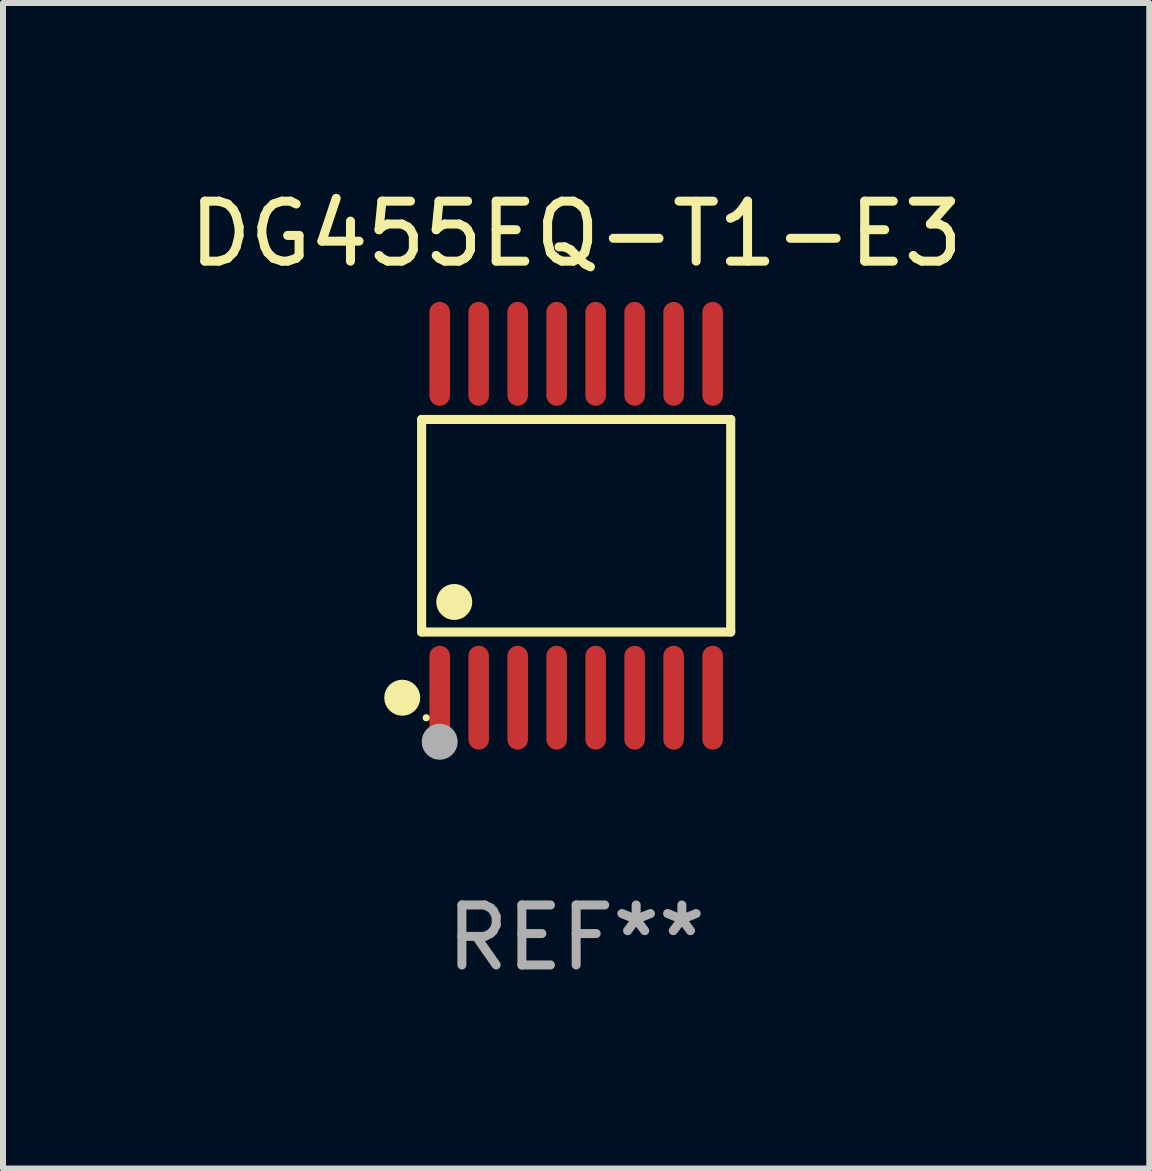
<source format=kicad_pcb>
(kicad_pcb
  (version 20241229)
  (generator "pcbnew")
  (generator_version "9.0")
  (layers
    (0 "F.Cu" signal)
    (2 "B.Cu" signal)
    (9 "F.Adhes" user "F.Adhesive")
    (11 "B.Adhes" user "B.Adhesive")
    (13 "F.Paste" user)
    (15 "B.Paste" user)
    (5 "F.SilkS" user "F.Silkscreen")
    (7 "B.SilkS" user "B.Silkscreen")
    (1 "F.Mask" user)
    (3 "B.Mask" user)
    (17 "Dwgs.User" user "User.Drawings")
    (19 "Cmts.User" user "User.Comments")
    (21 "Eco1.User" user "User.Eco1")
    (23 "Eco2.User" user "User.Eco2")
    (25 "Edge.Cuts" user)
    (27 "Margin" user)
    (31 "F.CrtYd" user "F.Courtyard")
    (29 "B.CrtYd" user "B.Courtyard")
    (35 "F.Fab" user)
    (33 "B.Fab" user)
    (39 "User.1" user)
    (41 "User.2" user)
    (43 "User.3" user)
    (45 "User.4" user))
  (footprint "DG455EQ-T1-E3"
    (layer "F.Cu")
    (at 6.554 5.714)
    (property "Reference" "DG455EQ-T1-E3" (at 0 -4.866 0) (layer "F.SilkS") (effects (font (size 1 1) (thickness 0.15))))
    (attr through_hole)
    (fp_line (start -2.576 -1.772) (end 2.576 -1.772) (stroke (width 0.152) (type solid)) (layer "F.SilkS"))
    (fp_line (start -2.576 1.771) (end -2.576 -1.772) (stroke (width 0.152) (type solid)) (layer "F.SilkS"))
    (fp_line (start 2.576 -1.772) (end 2.576 1.771) (stroke (width 0.152) (type solid)) (layer "F.SilkS"))
    (fp_line (start 2.576 1.771) (end -2.576 1.771) (stroke (width 0.152) (type solid)) (layer "F.SilkS"))
    (fp_circle (center -2.899 2.866) (end -2.749 2.866) (stroke (width 0.3) (type solid)) (fill no) (layer "F.SilkS"))
    (fp_circle (center -2.5 3.2) (end -2.47 3.2) (stroke (width 0.06) (type solid)) (fill no) (layer "F.SilkS"))
    (fp_circle (center -2.032 1.27) (end -1.882 1.27) (stroke (width 0.3) (type solid)) (fill no) (layer "F.SilkS"))
    (fp_circle (center -2.275 3.6) (end -2.125 3.6) (stroke (width 0.3) (type solid)) (fill no) (layer "F.Fab"))
    (fp_text user "REF**" (at 0 6.866 0) (layer "F.Fab") (effects (font (size 1 1) (thickness 0.15))))
    (pad "1" smd oval (at -2.275 2.866) (size 0.343 1.731) (layers "F.Cu" "F.Mask" "F.Paste"))
    (pad "2" smd oval (at -1.625 2.866) (size 0.343 1.731) (layers "F.Cu" "F.Mask" "F.Paste"))
    (pad "3" smd oval (at -0.975 2.866) (size 0.343 1.731) (layers "F.Cu" "F.Mask" "F.Paste"))
    (pad "4" smd oval (at -0.325 2.866) (size 0.343 1.731) (layers "F.Cu" "F.Mask" "F.Paste"))
    (pad "5" smd oval (at 0.325 2.866) (size 0.343 1.731) (layers "F.Cu" "F.Mask" "F.Paste"))
    (pad "6" smd oval (at 0.975 2.866) (size 0.343 1.731) (layers "F.Cu" "F.Mask" "F.Paste"))
    (pad "7" smd oval (at 1.625 2.866) (size 0.343 1.731) (layers "F.Cu" "F.Mask" "F.Paste"))
    (pad "8" smd oval (at 2.275 2.866) (size 0.343 1.731) (layers "F.Cu" "F.Mask" "F.Paste"))
    (pad "9" smd oval (at 2.275 -2.866) (size 0.343 1.731) (layers "F.Cu" "F.Mask" "F.Paste"))
    (pad "10" smd oval (at 1.625 -2.866) (size 0.343 1.731) (layers "F.Cu" "F.Mask" "F.Paste"))
    (pad "11" smd oval (at 0.975 -2.866) (size 0.343 1.731) (layers "F.Cu" "F.Mask" "F.Paste"))
    (pad "12" smd oval (at 0.325 -2.866) (size 0.343 1.731) (layers "F.Cu" "F.Mask" "F.Paste"))
    (pad "13" smd oval (at -0.325 -2.866) (size 0.343 1.731) (layers "F.Cu" "F.Mask" "F.Paste"))
    (pad "14" smd oval (at -0.975 -2.866) (size 0.343 1.731) (layers "F.Cu" "F.Mask" "F.Paste"))
    (pad "15" smd oval (at -1.625 -2.866) (size 0.343 1.731) (layers "F.Cu" "F.Mask" "F.Paste"))
    (pad "16" smd oval (at -2.275 -2.866) (size 0.343 1.731) (layers "F.Cu" "F.Mask" "F.Paste")))
  (gr_rect
    (start -3 -3)
    (end 16.107 16.428)
    (stroke (width 0.1) (type default))
    (fill no)
    (layer "Edge.Cuts")))
</source>
